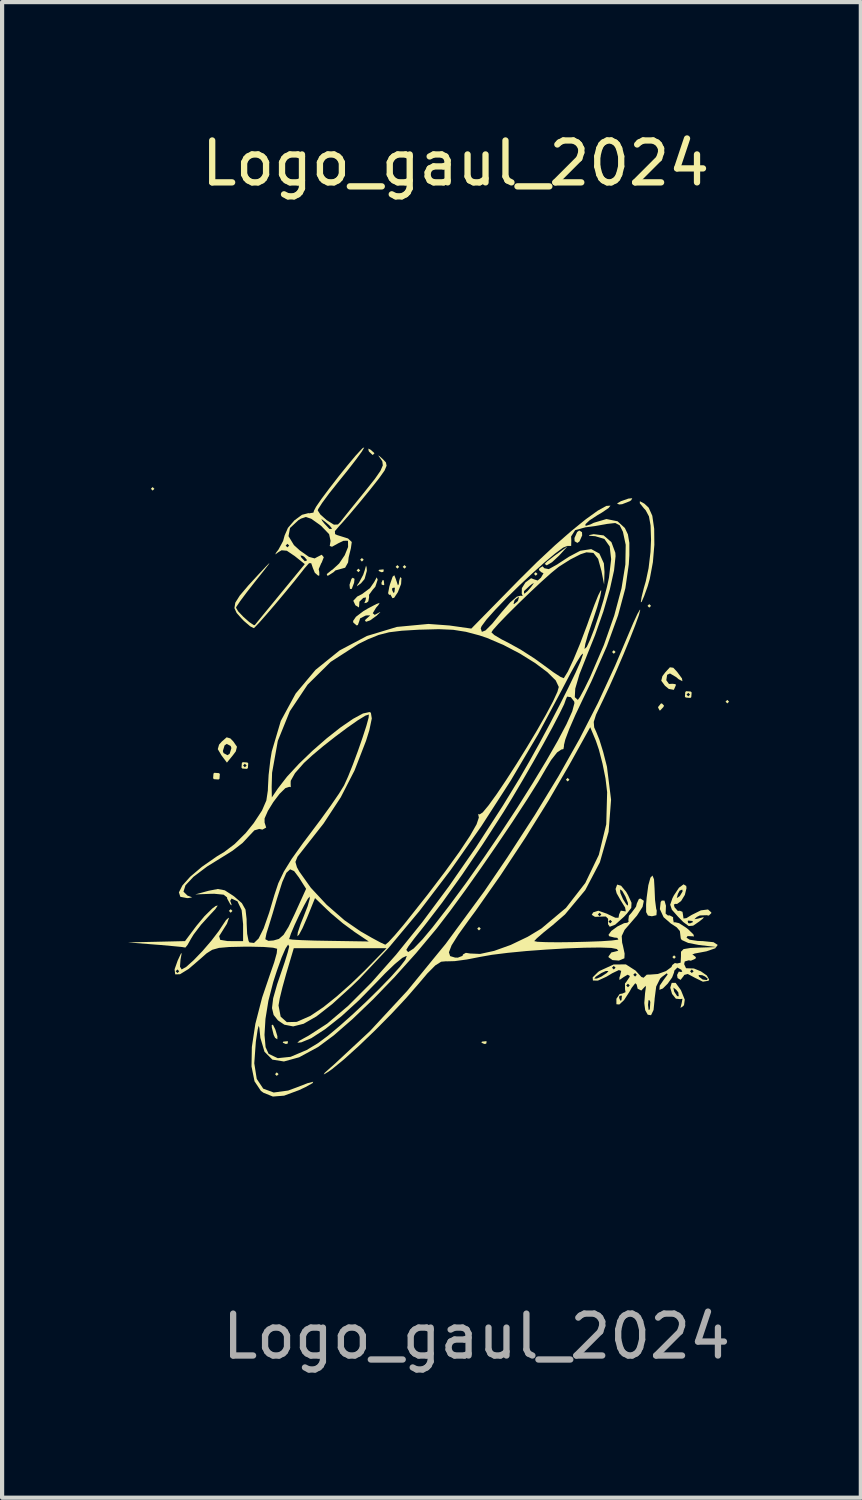
<source format=kicad_pcb>
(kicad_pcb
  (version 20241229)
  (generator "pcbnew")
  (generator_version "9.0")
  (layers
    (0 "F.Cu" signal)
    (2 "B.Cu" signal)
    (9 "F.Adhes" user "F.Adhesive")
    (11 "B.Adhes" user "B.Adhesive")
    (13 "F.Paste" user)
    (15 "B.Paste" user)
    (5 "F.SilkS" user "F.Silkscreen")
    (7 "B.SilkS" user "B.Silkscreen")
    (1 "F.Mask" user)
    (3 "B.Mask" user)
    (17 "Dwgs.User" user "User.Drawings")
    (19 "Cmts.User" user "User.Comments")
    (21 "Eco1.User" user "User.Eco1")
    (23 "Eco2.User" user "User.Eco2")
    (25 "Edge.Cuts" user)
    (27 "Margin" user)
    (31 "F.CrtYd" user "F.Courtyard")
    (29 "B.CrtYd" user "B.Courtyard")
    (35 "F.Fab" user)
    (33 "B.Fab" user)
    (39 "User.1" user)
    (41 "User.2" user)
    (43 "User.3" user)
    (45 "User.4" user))
  (footprint "Logo_gaul_2024"
    (layer "F.Cu")
    (at 7.824 15.348)
    (property "Reference" "Logo_gaul_2024" (at 0 -14.5 0) (unlocked yes) (layer "F.SilkS") (effects (font (size 1 1) (thickness 0.15))))
    (fp_poly (pts (xy 6.231 4.207) (xy 6.219 4.207) (xy 6.22 4.205)) (stroke (width 0) (type solid)) (fill yes) (layer "F.SilkS"))
    (fp_poly (pts (xy -7.189 -6.731) (xy -7.231 -6.689) (xy -7.273 -6.731) (xy -7.231 -6.773)) (stroke (width 0) (type solid)) (fill yes) (layer "F.SilkS"))
    (fp_poly (pts (xy -5.326 3.344) (xy -5.368 3.387) (xy -5.411 3.344) (xy -5.368 3.302)) (stroke (width 0) (type solid)) (fill yes) (layer "F.SilkS"))
    (fp_poly (pts (xy -4.225 7.239) (xy -4.268 7.281) (xy -4.31 7.239) (xy -4.268 7.197)) (stroke (width 0) (type solid)) (fill yes) (layer "F.SilkS"))
    (fp_poly (pts (xy -2.278 -4.784) (xy -2.32 -4.741) (xy -2.363 -4.784) (xy -2.32 -4.826)) (stroke (width 0) (type solid)) (fill yes) (layer "F.SilkS"))
    (fp_poly (pts (xy -2.193 -5.038) (xy -2.236 -4.995) (xy -2.278 -5.038) (xy -2.236 -5.08)) (stroke (width 0) (type solid)) (fill yes) (layer "F.SilkS"))
    (fp_poly (pts (xy -1.347 -4.868) (xy -1.389 -4.826) (xy -1.431 -4.868) (xy -1.389 -4.911)) (stroke (width 0) (type solid)) (fill yes) (layer "F.SilkS"))
    (fp_poly (pts (xy -1.177 -4.868) (xy -1.22 -4.826) (xy -1.262 -4.868) (xy -1.22 -4.911)) (stroke (width 0) (type solid)) (fill yes) (layer "F.SilkS"))
    (fp_poly (pts (xy 0.601 3.768) (xy 0.558 3.81) (xy 0.516 3.768) (xy 0.558 3.725)) (stroke (width 0) (type solid)) (fill yes) (layer "F.SilkS"))
    (fp_poly (pts (xy 1.955 -4.699) (xy 1.913 -4.657) (xy 1.871 -4.699) (xy 1.913 -4.741)) (stroke (width 0) (type solid)) (fill yes) (layer "F.SilkS"))
    (fp_poly (pts (xy 2.717 0.212) (xy 2.675 0.254) (xy 2.633 0.212) (xy 2.675 0.169)) (stroke (width 0) (type solid)) (fill yes) (layer "F.SilkS"))
    (fp_poly (pts (xy 3.818 -2.836) (xy 3.776 -2.794) (xy 3.733 -2.836) (xy 3.776 -2.879)) (stroke (width 0) (type solid)) (fill yes) (layer "F.SilkS"))
    (fp_poly (pts (xy 4.665 -3.937) (xy 4.622 -3.895) (xy 4.58 -3.937) (xy 4.622 -3.979)) (stroke (width 0) (type solid)) (fill yes) (layer "F.SilkS"))
    (fp_poly (pts (xy 5.257 4.445) (xy 5.215 4.487) (xy 5.173 4.445) (xy 5.215 4.403)) (stroke (width 0) (type solid)) (fill yes) (layer "F.SilkS"))
    (fp_poly (pts (xy 6.527 -1.651) (xy 6.485 -1.609) (xy 6.443 -1.651) (xy 6.485 -1.693)) (stroke (width 0) (type solid)) (fill yes) (layer "F.SilkS"))
    (fp_poly (pts (xy -4 6.463) (xy -4.011 6.513) (xy -4.056 6.519) (xy -4.126 6.488) (xy -4.112 6.463) (xy -4.012 6.453)) (stroke (width 0) (type solid)) (fill yes) (layer "F.SilkS"))
    (fp_poly (pts (xy -1.714 -4.798) (xy -1.725 -4.747) (xy -1.77 -4.741) (xy -1.84 -4.772) (xy -1.826 -4.798) (xy -1.726 -4.808)) (stroke (width 0) (type solid)) (fill yes) (layer "F.SilkS"))
    (fp_poly (pts (xy -1.714 -4.544) (xy -1.703 -4.443) (xy -1.714 -4.431) (xy -1.764 -4.443) (xy -1.77 -4.487) (xy -1.739 -4.557)) (stroke (width 0) (type solid)) (fill yes) (layer "F.SilkS"))
    (fp_poly (pts (xy 0.742 6.463) (xy 0.73 6.513) (xy 0.685 6.519) (xy 0.616 6.488) (xy 0.629 6.463) (xy 0.729 6.453)) (stroke (width 0) (type solid)) (fill yes) (layer "F.SilkS"))
    (fp_poly (pts (xy -2.412 -4.582) (xy -2.423 -4.487) (xy -2.479 -4.341) (xy -2.521 -4.343) (xy -2.532 -4.44) (xy -2.486 -4.581) (xy -2.455 -4.609)) (stroke (width 0) (type solid)) (fill yes) (layer "F.SilkS"))
    (fp_poly (pts (xy -2.037 -7.67) (xy -1.947 -7.592) (xy -1.939 -7.573) (xy -1.98 -7.538) (xy -2.063 -7.616) (xy -2.074 -7.633) (xy -2.084 -7.691)) (stroke (width 0) (type solid)) (fill yes) (layer "F.SilkS"))
    (fp_poly (pts (xy -5.646 0.055) (xy -5.627 0.077) (xy -5.635 0.188) (xy -5.657 0.207) (xy -5.768 0.199) (xy -5.787 0.177) (xy -5.779 0.066) (xy -5.757 0.047)) (stroke (width 0) (type solid)) (fill yes) (layer "F.SilkS"))
    (fp_poly (pts (xy -4.303 6.172) (xy -4.253 6.335) (xy -4.255 6.408) (xy -4.308 6.373) (xy -4.342 6.304) (xy -4.386 6.128) (xy -4.389 6.068) (xy -4.36 6.059)) (stroke (width 0) (type solid)) (fill yes) (layer "F.SilkS"))
    (fp_poly (pts (xy 3.017 -5.696) (xy 3.021 -5.619) (xy 2.957 -5.476) (xy 2.907 -5.44) (xy 2.841 -5.48) (xy 2.837 -5.557) (xy 2.901 -5.7) (xy 2.951 -5.736)) (stroke (width 0) (type solid)) (fill yes) (layer "F.SilkS"))
    (fp_poly (pts (xy 4.191 -6.459) (xy 4.157 -6.435) (xy 3.976 -6.364) (xy 3.903 -6.357) (xy 3.852 -6.381) (xy 3.945 -6.435) (xy 4.125 -6.498) (xy 4.217 -6.506)) (stroke (width 0) (type solid)) (fill yes) (layer "F.SilkS"))
    (fp_poly (pts (xy 4.974 -1.557) (xy 4.961 -1.524) (xy 4.885 -1.443) (xy 4.871 -1.439) (xy 4.835 -1.505) (xy 4.834 -1.524) (xy 4.899 -1.605) (xy 4.924 -1.609)) (stroke (width 0) (type solid)) (fill yes) (layer "F.SilkS"))
    (fp_poly (pts (xy 2.47 -5.136) (xy 2.302 -4.979) (xy 2.175 -4.905) (xy 2.125 -4.937) (xy 2.125 -4.937) (xy 2.186 -4.998) (xy 2.34 -5.118) (xy 2.4 -5.162) (xy 2.675 -5.361)) (stroke (width 0) (type solid)) (fill yes) (layer "F.SilkS"))
    (fp_poly (pts (xy -2.123 -4.851) (xy -2.118 -4.773) (xy -2.173 -4.577) (xy -2.257 -4.477) (xy -2.357 -4.404) (xy -2.341 -4.443) (xy -2.308 -4.487) (xy -2.205 -4.68) (xy -2.17 -4.784) (xy -2.137 -4.899)) (stroke (width 0) (type solid)) (fill yes) (layer "F.SilkS"))
    (fp_poly (pts (xy 4.736 2.589) (xy 4.749 2.812) (xy 4.76 3.079) (xy 4.787 3.288) (xy 4.801 3.337) (xy 4.794 3.446) (xy 4.686 3.471) (xy 4.591 3.454) (xy 4.548 3.373) (xy 4.547 3.188) (xy 4.56 3.027) (xy 4.6 2.731) (xy 4.65 2.551) (xy 4.699 2.499)) (stroke (width 0) (type solid)) (fill yes) (layer "F.SilkS"))
    (fp_poly (pts (xy -4.969 -0.199) (xy -4.949 -0.177) (xy -4.958 -0.066) (xy -4.98 -0.047) (xy -5.091 -0.055) (xy -5.11 -0.077) (xy -5.106 -0.127) (xy -5.072 -0.127) (xy -5.03 -0.085) (xy -4.987 -0.127) (xy -5.03 -0.169) (xy -5.072 -0.127) (xy -5.106 -0.127) (xy -5.101 -0.188) (xy -5.079 -0.207)) (stroke (width 0) (type solid)) (fill yes) (layer "F.SilkS"))
    (fp_poly (pts (xy 5.615 -1.892) (xy 5.634 -1.87) (xy 5.625 -1.759) (xy 5.603 -1.74) (xy 5.493 -1.749) (xy 5.473 -1.771) (xy 5.477 -1.82) (xy 5.511 -1.82) (xy 5.554 -1.778) (xy 5.596 -1.82) (xy 5.554 -1.863) (xy 5.511 -1.82) (xy 5.477 -1.82) (xy 5.482 -1.881) (xy 5.504 -1.901)) (stroke (width 0) (type solid)) (fill yes) (layer "F.SilkS"))
    (fp_poly (pts (xy -5.735 3.302) (xy -5.863 3.439) (xy -6.075 3.673) (xy -6.25 3.902) (xy -6.31 4) (xy -6.399 4.157) (xy -6.449 4.218) (xy -6.45 4.218) (xy -6.537 4.204) (xy -6.752 4.183) (xy -7.052 4.156) (xy -7.146 4.149) (xy -7.824 4.095) (xy -7.141 4.08) (xy -6.458 4.064) (xy -6.188 3.703) (xy -5.995 3.471) (xy -5.807 3.286) (xy -5.727 3.226) (xy -5.677 3.215)) (stroke (width 0) (type solid)) (fill yes) (layer "F.SilkS"))
    (fp_poly (pts (xy 5.195 -2.461) (xy 5.287 -2.363) (xy 5.403 -2.205) (xy 5.414 -2.139) (xy 5.324 -2.186) (xy 5.266 -2.236) (xy 5.117 -2.324) (xy 5.049 -2.292) (xy 5.029 -2.163) (xy 5.093 -2.073) (xy 5.179 -2.078) (xy 5.252 -2.068) (xy 5.257 -2.042) (xy 5.209 -1.933) (xy 5.088 -1.955) (xy 4.996 -2.032) (xy 4.909 -2.151) (xy 4.936 -2.26) (xy 5.004 -2.35) (xy 5.115 -2.471)) (stroke (width 0) (type solid)) (fill yes) (layer "F.SilkS"))
    (fp_poly (pts (xy -5.375 -0.773) (xy -5.304 -0.699) (xy -5.218 -0.575) (xy -5.246 -0.464) (xy -5.314 -0.373) (xy -5.458 -0.196) (xy -5.591 -0.373) (xy -5.649 -0.472) (xy -5.555 -0.472) (xy -5.538 -0.423) (xy -5.444 -0.373) (xy -5.392 -0.409) (xy -5.351 -0.544) (xy -5.368 -0.593) (xy -5.462 -0.643) (xy -5.514 -0.607) (xy -5.555 -0.472) (xy -5.649 -0.472) (xy -5.676 -0.518) (xy -5.645 -0.626) (xy -5.58 -0.699) (xy -5.464 -0.8)) (stroke (width 0) (type solid)) (fill yes) (layer "F.SilkS"))
    (fp_poly (pts (xy -1.86 -4.563) (xy -1.86 -4.561) (xy -1.916 -4.394) (xy -1.981 -4.319) (xy -2.066 -4.202) (xy -2.064 -4.145) (xy -2.083 -4.046) (xy -2.12 -4.014) (xy -2.179 -4.002) (xy -2.152 -4.062) (xy -2.137 -4.138) (xy -2.203 -4.128) (xy -2.296 -4.037) (xy -2.299 -3.99) (xy -2.306 -3.899) (xy -2.391 -3.951) (xy -2.442 -4.059) (xy -2.348 -4.16) (xy -2.233 -4.219) (xy -2.043 -4.361) (xy -1.942 -4.508) (xy -1.883 -4.618)) (stroke (width 0) (type solid)) (fill yes) (layer "F.SilkS"))
    (fp_poly (pts (xy 4.504 -6.378) (xy 4.609 -6.28) (xy 4.695 -6.088) (xy 4.74 -5.777) (xy 4.744 -5.392) (xy 4.709 -4.979) (xy 4.635 -4.582) (xy 4.584 -4.403) (xy 4.5 -4.17) (xy 4.441 -4.034) (xy 4.42 -4.022) (xy 4.439 -4.146) (xy 4.495 -4.371) (xy 4.539 -4.522) (xy 4.606 -4.836) (xy 4.652 -5.223) (xy 4.665 -5.517) (xy 4.654 -5.855) (xy 4.615 -6.073) (xy 4.537 -6.219) (xy 4.495 -6.265) (xy 4.397 -6.385) (xy 4.398 -6.435) (xy 4.398 -6.435)) (stroke (width 0) (type solid)) (fill yes) (layer "F.SilkS"))
    (fp_poly (pts (xy -1.842 -3.957) (xy -1.897 -3.895) (xy -1.977 -3.762) (xy -1.931 -3.722) (xy -1.806 -3.789) (xy -1.796 -3.789) (xy -1.883 -3.704) (xy -2.04 -3.591) (xy -2.139 -3.557) (xy -2.165 -3.595) (xy -2.109 -3.647) (xy -2.038 -3.709) (xy -2.117 -3.71) (xy -2.151 -3.704) (xy -2.279 -3.638) (xy -2.299 -3.572) (xy -2.333 -3.479) (xy -2.363 -3.471) (xy -2.441 -3.538) (xy -2.447 -3.577) (xy -2.378 -3.677) (xy -2.204 -3.809) (xy -2.095 -3.874) (xy -1.89 -3.982) (xy -1.813 -4.009)) (stroke (width 0) (type solid)) (fill yes) (layer "F.SilkS"))
    (fp_poly (pts (xy 5.372 5.226) (xy 5.384 5.249) (xy 5.47 5.462) (xy 5.452 5.591) (xy 5.429 5.619) (xy 5.367 5.659) (xy 5.391 5.561) (xy 5.394 5.553) (xy 5.415 5.44) (xy 5.361 5.449) (xy 5.257 5.438) (xy 5.166 5.324) (xy 5.123 5.175) (xy 5.124 5.173) (xy 5.197 5.173) (xy 5.214 5.258) (xy 5.22 5.274) (xy 5.288 5.378) (xy 5.326 5.379) (xy 5.316 5.289) (xy 5.268 5.227) (xy 5.197 5.173) (xy 5.124 5.173) (xy 5.158 5.061) (xy 5.252 5.061)) (stroke (width 0) (type solid)) (fill yes) (layer "F.SilkS"))
    (fp_poly (pts (xy -1.424 -4.572) (xy -1.419 -4.554) (xy -1.376 -4.426) (xy -1.356 -4.457) (xy -1.348 -4.53) (xy -1.321 -4.624) (xy -1.292 -4.598) (xy -1.301 -4.459) (xy -1.378 -4.264) (xy -1.38 -4.26) (xy -1.467 -4.13) (xy -1.511 -4.121) (xy -1.513 -4.132) (xy -1.556 -4.207) (xy -1.587 -4.199) (xy -1.611 -4.24) (xy -1.596 -4.318) (xy -1.516 -4.318) (xy -1.485 -4.248) (xy -1.46 -4.262) (xy -1.449 -4.362) (xy -1.46 -4.374) (xy -1.51 -4.363) (xy -1.516 -4.318) (xy -1.596 -4.318) (xy -1.582 -4.395) (xy -1.566 -4.451) (xy -1.503 -4.634) (xy -1.463 -4.669)) (stroke (width 0) (type solid)) (fill yes) (layer "F.SilkS"))
    (fp_poly (pts (xy 4.986 3.098) (xy 5.021 3.22) (xy 5.013 3.408) (xy 5.068 3.453) (xy 5.109 3.45) (xy 5.191 3.493) (xy 5.192 3.541) (xy 5.207 3.619) (xy 5.234 3.613) (xy 5.334 3.636) (xy 5.502 3.744) (xy 5.554 3.785) (xy 5.677 3.905) (xy 5.69 3.955) (xy 5.66 3.949) (xy 5.537 3.944) (xy 5.511 3.982) (xy 5.587 4.031) (xy 5.779 4.06) (xy 5.899 4.064) (xy 6.156 4.09) (xy 6.256 4.155) (xy 6.22 4.205) (xy 5.808 4.157) (xy 5.55 4.107) (xy 5.397 4.037) (xy 5.374 4) (xy 5.356 3.847) (xy 5.353 3.824) (xy 5.278 3.736) (xy 5.137 3.644) (xy 4.964 3.493) (xy 4.876 3.301) (xy 4.895 3.13) (xy 4.921 3.096)) (stroke (width 0) (type solid)) (fill yes) (layer "F.SilkS"))
    (fp_poly (pts (xy 3.949 2.742) (xy 4.071 2.888) (xy 4.119 2.973) (xy 4.199 3.149) (xy 4.193 3.271) (xy 4.086 3.411) (xy 4.021 3.481) (xy 3.809 3.672) (xy 3.68 3.722) (xy 3.639 3.662) (xy 3.639 3.598) (xy 3.649 3.598) (xy 3.691 3.641) (xy 3.733 3.598) (xy 3.691 3.556) (xy 3.649 3.598) (xy 3.639 3.598) (xy 3.64 3.531) (xy 3.586 3.477) (xy 3.544 3.477) (xy 3.327 3.485) (xy 3.25 3.439) (xy 3.255 3.429) (xy 3.395 3.429) (xy 3.437 3.471) (xy 3.479 3.429) (xy 3.437 3.387) (xy 3.395 3.429) (xy 3.255 3.429) (xy 3.283 3.379) (xy 3.407 3.339) (xy 3.614 3.411) (xy 3.639 3.424) (xy 3.815 3.507) (xy 3.888 3.507) (xy 3.903 3.426) (xy 3.943 3.337) (xy 3.987 3.344) (xy 4.062 3.356) (xy 4.046 3.263) (xy 3.945 3.099) (xy 3.942 3.095) (xy 3.844 2.923) (xy 3.82 2.829) (xy 3.924 2.829) (xy 3.933 2.918) (xy 3.997 3.065) (xy 4.075 3.188) (xy 4.115 3.217) (xy 4.113 3.152) (xy 4.056 3.005) (xy 3.976 2.863) (xy 3.924 2.829) (xy 3.82 2.829) (xy 3.818 2.82) (xy 3.856 2.715)) (stroke (width 0) (type solid)) (fill yes) (layer "F.SilkS"))
    (fp_poly (pts (xy 5.505 2.748) (xy 5.511 2.8) (xy 5.472 2.961) (xy 5.382 3.108) (xy 5.284 3.179) (xy 5.254 3.173) (xy 5.21 3.191) (xy 5.225 3.255) (xy 5.304 3.344) (xy 5.351 3.339) (xy 5.415 3.365) (xy 5.427 3.434) (xy 5.44 3.525) (xy 5.511 3.515) (xy 5.635 3.439) (xy 5.855 3.33) (xy 6.025 3.309) (xy 6.103 3.38) (xy 6.104 3.396) (xy 6.044 3.455) (xy 5.99 3.446) (xy 5.829 3.452) (xy 5.758 3.487) (xy 5.699 3.542) (xy 5.788 3.527) (xy 5.808 3.521) (xy 5.925 3.491) (xy 5.905 3.525) (xy 5.813 3.598) (xy 5.67 3.696) (xy 5.563 3.704) (xy 5.434 3.609) (xy 5.41 3.584) (xy 5.54 3.584) (xy 5.551 3.635) (xy 5.596 3.641) (xy 5.666 3.61) (xy 5.652 3.584) (xy 5.552 3.574) (xy 5.54 3.584) (xy 5.41 3.584) (xy 5.309 3.481) (xy 5.162 3.315) (xy 5.122 3.195) (xy 5.173 3.047) (xy 5.177 3.037) (xy 5.279 3.037) (xy 5.341 2.997) (xy 5.353 2.986) (xy 5.419 2.875) (xy 5.41 2.834) (xy 5.347 2.86) (xy 5.305 2.939) (xy 5.279 3.037) (xy 5.177 3.037) (xy 5.21 2.973) (xy 5.332 2.79) (xy 5.441 2.709)) (stroke (width 0) (type solid)) (fill yes) (layer "F.SilkS"))
    (fp_poly (pts (xy 4.407 -3.841) (xy 4.376 -3.719) (xy 4.289 -3.478) (xy 4.161 -3.152) (xy 4.006 -2.776) (xy 3.837 -2.383) (xy 3.67 -2.009) (xy 3.519 -1.689) (xy 3.481 -1.611) (xy 3.352 -1.341) (xy 3.297 -1.167) (xy 3.308 -1.037) (xy 3.357 -0.929) (xy 3.432 -0.743) (xy 3.522 -0.453) (xy 3.608 -0.117) (xy 3.613 -0.096) (xy 3.711 0.689) (xy 3.652 1.456) (xy 3.444 2.182) (xy 3.095 2.847) (xy 2.611 3.428) (xy 2.321 3.68) (xy 2.097 3.86) (xy 1.937 3.999) (xy 1.877 4.064) (xy 1.952 4.08) (xy 2.156 4.089) (xy 2.45 4.092) (xy 2.793 4.088) (xy 3.147 4.079) (xy 3.47 4.067) (xy 3.724 4.05) (xy 3.869 4.031) (xy 3.886 4.024) (xy 3.858 3.986) (xy 3.79 3.979) (xy 3.668 3.948) (xy 3.649 3.915) (xy 3.715 3.823) (xy 3.864 3.714) (xy 4.022 3.636) (xy 4.099 3.625) (xy 4.134 3.593) (xy 4.122 3.568) (xy 4.137 3.458) (xy 4.2 3.386) (xy 4.307 3.242) (xy 4.326 3.165) (xy 4.375 3.059) (xy 4.411 3.048) (xy 4.493 3.102) (xy 4.463 3.246) (xy 4.329 3.455) (xy 4.206 3.597) (xy 4.034 3.796) (xy 3.965 3.943) (xy 3.975 4.101) (xy 3.993 4.169) (xy 4.034 4.362) (xy 4.029 4.473) (xy 4.026 4.476) (xy 3.898 4.529) (xy 3.745 4.517) (xy 3.652 4.451) (xy 3.649 4.431) (xy 3.718 4.335) (xy 3.797 4.317) (xy 3.884 4.294) (xy 3.848 4.253) (xy 3.715 4.227) (xy 3.447 4.217) (xy 3.077 4.222) (xy 2.639 4.238) (xy 2.166 4.266) (xy 1.691 4.301) (xy 1.247 4.344) (xy 0.869 4.391) (xy 0.601 4.438) (xy 0.268 4.503) (xy -0.022 4.542) (xy -0.211 4.547) (xy -0.225 4.545) (xy -0.344 4.556) (xy -0.484 4.644) (xy -0.671 4.832) (xy -0.881 5.08) (xy -1.177 5.421) (xy -1.535 5.804) (xy -1.923 6.196) (xy -2.31 6.567) (xy -2.663 6.886) (xy -2.95 7.121) (xy -3.04 7.184) (xy -3.148 7.248) (xy -3.125 7.209) (xy -2.972 7.071) (xy -2.913 7.02) (xy -2.045 6.213) (xy -1.151 5.247) (xy -0.402 4.331) (xy -0.159 4.331) (xy -0.13 4.422) (xy -0.014 4.457) (xy 0.054 4.459) (xy 0.164 4.417) (xy 0.177 4.383) (xy 0.244 4.344) (xy 0.347 4.36) (xy 0.586 4.37) (xy 0.921 4.297) (xy 1.314 4.156) (xy 1.721 3.961) (xy 2.046 3.765) (xy 2.635 3.27) (xy 3.096 2.676) (xy 3.419 2.004) (xy 3.596 1.275) (xy 3.617 0.51) (xy 3.578 0.183) (xy 3.507 -0.17) (xy 3.42 -0.506) (xy 3.348 -0.718) (xy 3.213 -1.041) (xy 2.706 -0.128) (xy 2.223 0.703) (xy 1.665 1.598) (xy 1.071 2.497) (xy 0.479 3.34) (xy 0.331 3.54) (xy 0.066 3.909) (xy -0.096 4.166) (xy -0.159 4.331) (xy -0.402 4.331) (xy -0.238 4.131) (xy 0.687 2.872) (xy 1.23 2.074) (xy 1.891 1.054) (xy 2.459 0.123) (xy 2.955 -0.757) (xy 3.398 -1.622) (xy 3.808 -2.511) (xy 4.124 -3.256) (xy 4.248 -3.547) (xy 4.344 -3.753) (xy 4.399 -3.846)) (stroke (width 0) (type solid)) (fill yes) (layer "F.SilkS"))
    (fp_poly (pts (xy 6.199 4.235) (xy 5.988 4.308) (xy 5.886 4.327) (xy 5.706 4.361) (xy 5.647 4.386) (xy 5.664 4.391) (xy 5.736 4.447) (xy 5.725 4.484) (xy 5.615 4.532) (xy 5.565 4.522) (xy 5.47 4.55) (xy 5.455 4.613) (xy 5.5 4.711) (xy 5.547 4.713) (xy 5.687 4.717) (xy 5.855 4.786) (xy 5.995 4.884) (xy 6.052 4.98) (xy 6.038 5.01) (xy 5.903 5.033) (xy 5.717 4.942) (xy 5.586 4.872) (xy 5.801 4.872) (xy 5.808 4.912) (xy 5.899 4.982) (xy 5.996 4.994) (xy 6.019 4.962) (xy 5.953 4.908) (xy 5.888 4.878) (xy 5.801 4.872) (xy 5.586 4.872) (xy 5.541 4.849) (xy 5.456 4.872) (xy 5.447 4.891) (xy 5.37 4.99) (xy 5.298 4.946) (xy 5.286 4.872) (xy 5.328 4.791) (xy 5.369 4.8) (xy 5.411 4.796) (xy 5.405 4.784) (xy 5.596 4.784) (xy 5.638 4.826) (xy 5.681 4.784) (xy 5.638 4.741) (xy 5.596 4.784) (xy 5.405 4.784) (xy 5.389 4.749) (xy 5.293 4.695) (xy 5.22 4.77) (xy 5.214 4.812) (xy 5.168 4.932) (xy 5.063 5.079) (xy 4.947 5.195) (xy 4.867 5.226) (xy 4.865 5.224) (xy 4.872 5.127) (xy 4.961 4.996) (xy 5.061 4.861) (xy 5.042 4.832) (xy 4.925 4.918) (xy 4.882 4.959) (xy 4.788 5.148) (xy 4.75 5.442) (xy 4.749 5.467) (xy 4.725 5.708) (xy 4.665 5.833) (xy 4.586 5.821) (xy 4.525 5.712) (xy 4.509 5.588) (xy 4.593 5.588) (xy 4.607 5.708) (xy 4.636 5.694) (xy 4.647 5.52) (xy 4.636 5.482) (xy 4.605 5.472) (xy 4.593 5.588) (xy 4.509 5.588) (xy 4.504 5.541) (xy 4.522 5.31) (xy 4.542 5.157) (xy 4.531 5.131) (xy 4.525 5.144) (xy 4.433 5.244) (xy 4.345 5.2) (xy 4.322 5.101) (xy 4.289 5.069) (xy 4.203 5.178) (xy 4.151 5.271) (xy 4.021 5.472) (xy 3.908 5.577) (xy 3.838 5.571) (xy 3.838 5.44) (xy 3.853 5.419) (xy 3.903 5.419) (xy 3.934 5.488) (xy 3.959 5.475) (xy 3.969 5.375) (xy 3.959 5.362) (xy 3.909 5.374) (xy 3.903 5.419) (xy 3.853 5.419) (xy 3.916 5.327) (xy 3.982 5.316) (xy 4.056 5.283) (xy 4.044 5.213) (xy 4.043 5.122) (xy 4.072 5.122) (xy 4.114 5.165) (xy 4.157 5.122) (xy 4.114 5.08) (xy 4.072 5.122) (xy 4.043 5.122) (xy 4.043 5.075) (xy 4.076 5.035) (xy 4.154 4.918) (xy 4.157 4.895) (xy 4.11 4.868) (xy 4.241 4.868) (xy 4.284 4.911) (xy 4.326 4.868) (xy 4.284 4.826) (xy 4.241 4.868) (xy 4.11 4.868) (xy 4.106 4.866) (xy 4.014 4.921) (xy 3.912 4.992) (xy 3.909 4.939) (xy 3.926 4.889) (xy 3.953 4.775) (xy 3.897 4.755) (xy 3.737 4.832) (xy 3.602 4.913) (xy 3.397 5.007) (xy 3.278 5.005) (xy 3.274 4.959) (xy 3.31 4.959) (xy 3.372 4.958) (xy 3.479 4.911) (xy 3.612 4.823) (xy 3.649 4.778) (xy 3.586 4.778) (xy 3.479 4.826) (xy 3.346 4.913) (xy 3.31 4.959) (xy 3.274 4.959) (xy 3.272 4.929) (xy 3.403 4.799) (xy 3.437 4.776) (xy 3.604 4.699) (xy 3.733 4.699) (xy 3.776 4.741) (xy 3.818 4.699) (xy 3.776 4.657) (xy 3.733 4.699) (xy 3.604 4.699) (xy 3.772 4.622) (xy 4.065 4.62) (xy 4.299 4.77) (xy 4.322 4.797) (xy 4.436 4.921) (xy 4.494 4.939) (xy 4.495 4.93) (xy 4.563 4.865) (xy 4.644 4.863) (xy 4.828 4.849) (xy 5.022 4.779) (xy 5.152 4.683) (xy 5.173 4.634) (xy 5.234 4.587) (xy 5.287 4.598) (xy 5.371 4.579) (xy 5.379 4.438) (xy 5.38 4.317) (xy 5.441 4.255) (xy 5.605 4.228) (xy 5.794 4.22) (xy 6.219 4.207)) (stroke (width 0) (type solid)) (fill yes) (layer "F.SilkS"))
    (fp_poly (pts (xy -2.238 -7.62) (xy -2.374 -7.433) (xy -2.573 -7.176) (xy -2.801 -6.893) (xy -3.018 -6.621) (xy -3.185 -6.395) (xy -3.279 -6.248) (xy -3.291 -6.216) (xy -3.227 -6.117) (xy -3.076 -5.983) (xy -3.067 -5.977) (xy -2.904 -5.875) (xy -2.808 -5.88) (xy -2.752 -5.938) (xy -2.659 -6.056) (xy -2.489 -6.268) (xy -2.271 -6.537) (xy -2.162 -6.672) (xy -1.929 -6.965) (xy -1.793 -7.161) (xy -1.737 -7.291) (xy -1.748 -7.383) (xy -1.777 -7.43) (xy -1.847 -7.528) (xy -1.814 -7.509) (xy -1.731 -7.434) (xy -1.663 -7.361) (xy -1.647 -7.282) (xy -1.695 -7.168) (xy -1.823 -6.987) (xy -2.042 -6.709) (xy -2.072 -6.672) (xy -2.316 -6.375) (xy -2.542 -6.107) (xy -2.714 -5.911) (xy -2.762 -5.86) (xy -2.881 -5.721) (xy -2.876 -5.65) (xy -2.827 -5.627) (xy -2.629 -5.565) (xy -2.568 -5.546) (xy -2.478 -5.462) (xy -2.499 -5.313) (xy -2.552 -5.096) (xy -2.566 -4.974) (xy -2.636 -4.848) (xy -2.714 -4.826) (xy -2.869 -4.783) (xy -2.913 -4.741) (xy -3.036 -4.662) (xy -3.066 -4.659) (xy -3.074 -4.697) (xy -2.962 -4.788) (xy -2.936 -4.804) (xy -2.779 -4.949) (xy -2.646 -5.147) (xy -2.566 -5.343) (xy -2.568 -5.48) (xy -2.578 -5.493) (xy -2.676 -5.49) (xy -2.789 -5.437) (xy -2.95 -5.348) (xy -3.004 -5.367) (xy -2.984 -5.489) (xy -3.019 -5.649) (xy -3.207 -5.844) (xy -3.249 -5.877) (xy -3.438 -6.011) (xy -3.204 -6.011) (xy -3.183 -5.967) (xy -3.135 -5.905) (xy -3.012 -5.774) (xy -2.957 -5.774) (xy -2.955 -5.789) (xy -3.013 -5.86) (xy -3.103 -5.937) (xy -3.204 -6.011) (xy -3.438 -6.011) (xy -3.446 -6.016) (xy -3.573 -6.059) (xy -3.692 -6.019) (xy -3.752 -5.982) (xy -3.952 -5.796) (xy -3.988 -5.601) (xy -3.858 -5.387) (xy -3.719 -5.261) (xy -3.501 -5.107) (xy -3.364 -5.07) (xy -3.307 -5.101) (xy -3.195 -5.158) (xy -3.146 -5.098) (xy -3.196 -4.969) (xy -3.205 -4.959) (xy -3.267 -4.814) (xy -3.254 -4.745) (xy -3.252 -4.664) (xy -3.279 -4.657) (xy -3.36 -4.728) (xy -3.407 -4.842) (xy -3.446 -4.955) (xy -3.499 -4.955) (xy -3.606 -4.833) (xy -3.648 -4.779) (xy -3.839 -4.538) (xy -4.066 -4.261) (xy -4.303 -3.978) (xy -4.522 -3.723) (xy -4.697 -3.525) (xy -4.801 -3.417) (xy -4.815 -3.406) (xy -4.901 -3.448) (xy -5.052 -3.577) (xy -5.109 -3.636) (xy -5.226 -3.768) (xy -5.279 -3.884) (xy -5.258 -4.013) (xy -5.152 -4.182) (xy -4.95 -4.421) (xy -4.694 -4.699) (xy -4.52 -4.884) (xy -4.442 -4.962) (xy -4.462 -4.926) (xy -4.583 -4.77) (xy -4.771 -4.534) (xy -4.98 -4.267) (xy -5.142 -4.05) (xy -5.231 -3.917) (xy -5.241 -3.893) (xy -5.189 -3.806) (xy -5.066 -3.676) (xy -4.925 -3.551) (xy -4.818 -3.479) (xy -4.793 -3.478) (xy -4.732 -3.554) (xy -4.586 -3.733) (xy -4.379 -3.985) (xy -4.183 -4.224) (xy -3.599 -4.934) (xy -3.845 -5.13) (xy -3.861 -5.14) (xy -3.704 -5.14) (xy -3.683 -5.093) (xy -3.598 -5.002) (xy -3.549 -5.021) (xy -3.548 -5.033) (xy -3.608 -5.104) (xy -3.646 -5.13) (xy -3.704 -5.14) (xy -3.861 -5.14) (xy -4.028 -5.253) (xy -4.153 -5.264) (xy -4.222 -5.224) (xy -4.306 -5.164) (xy -4.28 -5.213) (xy -4.229 -5.279) (xy -4.176 -5.376) (xy -4.056 -5.376) (xy -4.014 -5.334) (xy -3.971 -5.376) (xy -4.014 -5.419) (xy -4.056 -5.376) (xy -4.176 -5.376) (xy -4.117 -5.486) (xy -4.081 -5.617) (xy -4.002 -5.798) (xy -3.847 -5.978) (xy -3.666 -6.111) (xy -3.512 -6.151) (xy -3.495 -6.146) (xy -3.393 -6.163) (xy -3.379 -6.211) (xy -3.329 -6.305) (xy -3.197 -6.496) (xy -3.009 -6.747) (xy -2.793 -7.026) (xy -2.575 -7.297) (xy -2.382 -7.527) (xy -2.239 -7.682) (xy -2.215 -7.705) (xy -2.18 -7.718)) (stroke (width 0) (type solid)) (fill yes) (layer "F.SilkS"))
    (fp_poly (pts (xy 3.652 -6.273) (xy 3.497 -6.167) (xy 3.388 -6.103) (xy 3.198 -5.979) (xy 3.099 -5.886) (xy 3.102 -5.845) (xy 3.219 -5.881) (xy 3.297 -5.92) (xy 3.6 -6.01) (xy 3.866 -5.956) (xy 4.04 -5.796) (xy 4.113 -5.643) (xy 4.147 -5.442) (xy 4.147 -5.147) (xy 4.134 -4.929) (xy 4.052 -4.358) (xy 3.879 -3.713) (xy 3.612 -2.978) (xy 3.243 -2.137) (xy 3.041 -1.718) (xy 2.859 -1.334) (xy 2.714 -1.001) (xy 2.619 -0.749) (xy 2.585 -0.61) (xy 2.588 -0.596) (xy 2.574 -0.519) (xy 2.524 -0.508) (xy 2.422 -0.439) (xy 2.282 -0.26) (xy 2.172 -0.079) (xy 1.975 0.258) (xy 1.698 0.698) (xy 1.363 1.211) (xy 0.991 1.762) (xy 0.605 2.322) (xy 0.225 2.859) (xy -0.126 3.339) (xy -0.428 3.733) (xy -0.456 3.769) (xy -0.94 4.348) (xy -1.452 4.918) (xy -1.967 5.452) (xy -2.46 5.925) (xy -2.906 6.313) (xy -3.278 6.589) (xy -3.286 6.594) (xy -3.734 6.837) (xy -4.097 6.937) (xy -4.373 6.893) (xy -4.561 6.705) (xy -4.659 6.375) (xy -4.666 6.308) (xy -4.667 6.302) (xy -4.561 6.302) (xy -4.535 6.595) (xy -4.462 6.756) (xy -4.245 6.858) (xy -3.938 6.826) (xy -3.554 6.663) (xy -3.283 6.499) (xy -3.048 6.324) (xy -2.762 6.085) (xy -2.447 5.804) (xy -2.124 5.501) (xy -1.817 5.199) (xy -1.545 4.918) (xy -1.332 4.681) (xy -1.199 4.509) (xy -1.167 4.423) (xy -1.174 4.418) (xy -1.27 4.463) (xy -1.449 4.61) (xy -1.682 4.834) (xy -1.87 5.03) (xy -2.299 5.47) (xy -2.721 5.855) (xy -3.113 6.166) (xy -3.447 6.383) (xy -3.684 6.481) (xy -3.778 6.49) (xy -3.722 6.438) (xy -3.513 6.323) (xy -3.506 6.319) (xy -3.065 6.034) (xy -2.564 5.609) (xy -2.012 5.056) (xy -1.421 4.388) (xy -1.329 4.274) (xy -1.177 4.274) (xy -1.133 4.327) (xy -1.002 4.242) (xy -0.79 4.022) (xy -0.55 3.735) (xy -0.155 3.224) (xy 0.257 2.665) (xy 0.673 2.074) (xy 1.083 1.471) (xy 1.476 0.873) (xy 1.839 0.297) (xy 2.163 -0.237) (xy 2.436 -0.714) (xy 2.647 -1.114) (xy 2.784 -1.419) (xy 2.836 -1.613) (xy 2.831 -1.654) (xy 2.75 -1.758) (xy 2.662 -1.771) (xy 2.633 -1.708) (xy 2.592 -1.592) (xy 2.478 -1.358) (xy 2.308 -1.032) (xy 2.095 -0.642) (xy 1.854 -0.213) (xy 1.6 0.226) (xy 1.349 0.65) (xy 1.144 0.984) (xy 0.655 1.742) (xy 0.159 2.475) (xy -0.318 3.142) (xy -0.749 3.704) (xy -0.81 3.781) (xy -0.994 4.012) (xy -1.126 4.189) (xy -1.177 4.274) (xy -1.177 4.274) (xy -1.329 4.274) (xy -0.8 3.618) (xy -0.161 2.759) (xy 0.487 1.824) (xy 1.132 0.825) (xy 1.528 0.177) (xy 1.757 -0.219) (xy 2.001 -0.658) (xy 2.247 -1.116) (xy 2.481 -1.566) (xy 2.69 -1.983) (xy 2.862 -2.34) (xy 2.982 -2.612) (xy 3.038 -2.773) (xy 3.039 -2.8) (xy 2.994 -2.759) (xy 2.89 -2.592) (xy 2.742 -2.326) (xy 2.565 -1.987) (xy 2.555 -1.967) (xy 1.97 -0.872) (xy 1.315 0.235) (xy 0.613 1.324) (xy -0.12 2.37) (xy -0.862 3.345) (xy -1.595 4.221) (xy -2.3 4.971) (xy -2.482 5.147) (xy -2.946 5.568) (xy -3.322 5.862) (xy -3.627 6.037) (xy -3.877 6.1) (xy -4.088 6.059) (xy -4.24 5.956) (xy -4.343 5.827) (xy -4.382 5.662) (xy -4.375 5.602) (xy -4.226 5.602) (xy -4.175 5.868) (xy -4.028 5.998) (xy -3.791 5.992) (xy -3.468 5.85) (xy -3.155 5.64) (xy -2.843 5.389) (xy -2.491 5.077) (xy -2.171 4.769) (xy -2.154 4.751) (xy -1.648 4.233) (xy -2.755 4.233) (xy -3.862 4.233) (xy -4.044 4.847) (xy -4.132 5.164) (xy -4.197 5.43) (xy -4.225 5.592) (xy -4.226 5.602) (xy -4.375 5.602) (xy -4.354 5.428) (xy -4.258 5.09) (xy -4.182 4.868) (xy -4.08 4.569) (xy -4.006 4.33) (xy -3.973 4.198) (xy -3.973 4.191) (xy -3.997 4.146) (xy -4.06 4.243) (xy -4.154 4.459) (xy -4.267 4.776) (xy -4.353 5.042) (xy -4.468 5.489) (xy -4.538 5.921) (xy -4.561 6.302) (xy -4.667 6.302) (xy -4.684 6.132) (xy -4.701 6.086) (xy -4.725 6.183) (xy -4.763 6.434) (xy -4.768 6.47) (xy -4.805 6.981) (xy -4.746 7.353) (xy -4.591 7.586) (xy -4.341 7.678) (xy -3.997 7.631) (xy -3.801 7.559) (xy -3.53 7.454) (xy -3.399 7.421) (xy -3.414 7.454) (xy -3.582 7.548) (xy -3.739 7.622) (xy -4.093 7.753) (xy -4.361 7.774) (xy -4.585 7.684) (xy -4.648 7.638) (xy -4.799 7.411) (xy -4.871 7.056) (xy -4.863 6.591) (xy -4.779 6.037) (xy -4.618 5.412) (xy -4.427 4.85) (xy -4.329 4.569) (xy -4.269 4.353) (xy -4.259 4.248) (xy -4.259 4.247) (xy -4.355 4.222) (xy -4.579 4.204) (xy -4.891 4.197) (xy -5.044 4.197) (xy -5.406 4.205) (xy -5.646 4.226) (xy -5.81 4.272) (xy -5.944 4.357) (xy -6.08 4.478) (xy -6.371 4.728) (xy -6.578 4.855) (xy -6.692 4.858) (xy -6.702 4.784) (xy -6.681 4.784) (xy -6.638 4.826) (xy -6.596 4.784) (xy -6.638 4.741) (xy -6.681 4.784) (xy -6.702 4.784) (xy -6.707 4.737) (xy -6.634 4.53) (xy -6.557 4.365) (xy -6.537 4.35) (xy -6.561 4.481) (xy -6.566 4.508) (xy -6.578 4.675) (xy -6.538 4.741) (xy -6.43 4.68) (xy -6.253 4.521) (xy -6.042 4.302) (xy -5.831 4.057) (xy -5.654 3.825) (xy -5.588 3.725) (xy -5.48 3.563) (xy -5.418 3.506) (xy -5.411 3.519) (xy -5.458 3.651) (xy -5.535 3.773) (xy -5.643 3.946) (xy -5.618 4.034) (xy -5.444 4.063) (xy -5.368 4.064) (xy -5.072 4.064) (xy -5.072 3.658) (xy -5.107 3.324) (xy -5.207 3.114) (xy -5.348 3.048) (xy -5.38 3.104) (xy -5.36 3.154) (xy -5.343 3.212) (xy -5.376 3.189) (xy -5.452 3.049) (xy -5.455 3.02) (xy -5.536 2.956) (xy -5.761 2.934) (xy -5.836 2.935) (xy -6.215 2.95) (xy -5.896 2.863) (xy -5.675 2.82) (xy -5.509 2.852) (xy -5.312 2.979) (xy -5.282 3.001) (xy -5.101 3.158) (xy -5.014 3.313) (xy -4.988 3.539) (xy -4.987 3.64) (xy -4.975 3.889) (xy -4.942 4.058) (xy -4.92 4.096) (xy -4.811 4.108) (xy -4.719 4.019) (xy -4.542 4.019) (xy -4.468 4.058) (xy -4.347 4.049) (xy -4.235 4.017) (xy -3.971 4.017) (xy -3.892 4.029) (xy -3.678 4.041) (xy -3.362 4.052) (xy -3.022 4.058) (xy -2.072 4.073) (xy -2.408 3.848) (xy -2.688 3.642) (xy -2.975 3.4) (xy -3.049 3.331) (xy -3.355 3.037) (xy -3.547 3.511) (xy -3.653 3.754) (xy -3.737 3.911) (xy -3.777 3.948) (xy -3.766 3.857) (xy -3.701 3.66) (xy -3.627 3.477) (xy -3.532 3.233) (xy -3.482 3.057) (xy -3.482 3.001) (xy -3.528 3.055) (xy -3.618 3.217) (xy -3.731 3.44) (xy -3.842 3.678) (xy -3.929 3.883) (xy -3.971 4.008) (xy -3.971 4.017) (xy -4.235 4.017) (xy -4.217 4.012) (xy -4.106 3.915) (xy -3.988 3.725) (xy -3.842 3.419) (xy -3.568 2.816) (xy -3.739 2.546) (xy -3.854 2.393) (xy -3.949 2.351) (xy -4.039 2.434) (xy -4.136 2.654) (xy -4.254 3.025) (xy -4.267 3.067) (xy -4.364 3.396) (xy -4.452 3.683) (xy -4.511 3.871) (xy -4.514 3.88) (xy -4.542 4.019) (xy -4.719 4.019) (xy -4.701 4.001) (xy -4.582 3.763) (xy -4.448 3.38) (xy -4.325 2.963) (xy -4.232 2.683) (xy -4.101 2.408) (xy -3.911 2.1) (xy -3.64 1.721) (xy -3.491 1.524) (xy -3.221 1.164) (xy -2.976 0.825) (xy -2.783 0.544) (xy -2.667 0.356) (xy -2.661 0.345) (xy -2.567 0.138) (xy -2.453 -0.147) (xy -2.333 -0.47) (xy -2.221 -0.792) (xy -2.13 -1.071) (xy -2.076 -1.269) (xy -2.07 -1.344) (xy -2.153 -1.317) (xy -2.335 -1.205) (xy -2.583 -1.031) (xy -2.867 -0.819) (xy -3.156 -0.592) (xy -3.417 -0.373) (xy -3.619 -0.188) (xy -3.833 0.056) (xy -3.935 0.238) (xy -3.937 0.306) (xy -3.934 0.389) (xy -3.969 0.382) (xy -4.063 0.413) (xy -4.201 0.549) (xy -4.35 0.745) (xy -4.48 0.956) (xy -4.559 1.136) (xy -4.559 1.234) (xy -4.521 1.354) (xy -4.61 1.403) (xy -4.687 1.387) (xy -4.803 1.421) (xy -4.932 1.558) (xy -5.086 1.723) (xy -5.324 1.907) (xy -5.474 2.001) (xy -5.93 2.283) (xy -6.256 2.529) (xy -6.447 2.732) (xy -6.495 2.884) (xy -6.396 2.98) (xy -6.363 2.99) (xy -6.288 3.02) (xy -6.374 3.036) (xy -6.405 3.038) (xy -6.57 3.007) (xy -6.604 2.901) (xy -6.521 2.736) (xy -6.334 2.527) (xy -6.054 2.29) (xy -5.696 2.041) (xy -5.517 1.933) (xy -5.275 1.749) (xy -5.009 1.484) (xy -4.819 1.249) (xy -4.621 0.948) (xy -4.517 0.708) (xy -4.481 0.469) (xy -4.479 0.403) (xy -4.478 0.381) (xy -4.39 0.381) (xy -4.386 0.635) (xy -4.243 0.423) (xy -4.024 0.14) (xy -3.74 -0.167) (xy -3.416 -0.479) (xy -3.077 -0.775) (xy -2.746 -1.036) (xy -2.449 -1.24) (xy -2.211 -1.369) (xy -2.054 -1.403) (xy -2.022 -1.387) (xy -2 -1.25) (xy -2.059 -0.968) (xy -2.138 -0.715) (xy -2.412 -0.008) (xy -2.74 0.631) (xy -3.151 1.258) (xy -3.625 1.862) (xy -3.773 2.05) (xy -3.823 2.174) (xy -3.787 2.301) (xy -3.731 2.403) (xy -3.455 2.791) (xy -3.077 3.197) (xy -2.649 3.569) (xy -2.269 3.831) (xy -2.001 3.985) (xy -1.791 4.098) (xy -1.681 4.148) (xy -1.676 4.149) (xy -1.601 4.087) (xy -1.45 3.923) (xy -1.249 3.686) (xy -1.161 3.577) (xy -0.667 2.953) (xy -0.247 2.4) (xy 0.093 1.929) (xy 0.344 1.551) (xy 0.501 1.276) (xy 0.555 1.114) (xy 0.549 1.086) (xy 0.54 1.028) (xy 0.573 1.041) (xy 0.647 0.993) (xy 0.788 0.823) (xy 0.98 0.557) (xy 1.208 0.218) (xy 1.455 -0.166) (xy 1.706 -0.571) (xy 1.945 -0.97) (xy 2.156 -1.34) (xy 2.323 -1.653) (xy 2.43 -1.885) (xy 2.463 -2.002) (xy 2.39 -2.157) (xy 2.191 -2.354) (xy 1.896 -2.574) (xy 1.538 -2.797) (xy 1.147 -3.002) (xy 0.754 -3.17) (xy 0.571 -3.232) (xy 0.247 -3.318) (xy -0.057 -3.366) (xy -0.402 -3.381) (xy -0.851 -3.369) (xy -0.868 -3.369) (xy -1.283 -3.344) (xy -1.587 -3.307) (xy -1.837 -3.243) (xy -2.091 -3.14) (xy -2.32 -3.027) (xy -2.982 -2.6) (xy -3.531 -2.058) (xy -3.956 -1.423) (xy -4.243 -0.715) (xy -4.38 0.046) (xy -4.39 0.381) (xy -4.478 0.381) (xy -4.463 0.101) (xy -4.421 -0.262) (xy -4.388 -0.461) (xy -4.172 -1.191) (xy -3.817 -1.845) (xy -3.343 -2.41) (xy -2.77 -2.873) (xy -2.116 -3.219) (xy -1.402 -3.435) (xy -0.648 -3.506) (xy -0.147 -3.469) (xy 0.376 -3.395) (xy 0.381 -3.401) (xy 0.6 -3.401) (xy 0.627 -3.317) (xy 0.714 -3.351) (xy 0.872 -3.509) (xy 1.103 -3.791) (xy 1.272 -3.985) (xy 1.383 -3.985) (xy 1.395 -3.979) (xy 1.472 -4.039) (xy 1.49 -4.064) (xy 1.511 -4.143) (xy 1.5 -4.149) (xy 1.422 -4.089) (xy 1.405 -4.064) (xy 1.383 -3.985) (xy 1.272 -3.985) (xy 1.303 -4.02) (xy 1.462 -4.157) (xy 1.549 -4.18) (xy 1.602 -4.174) (xy 1.579 -4.226) (xy 1.58 -4.29) (xy 1.633 -4.29) (xy 1.634 -4.235) (xy 1.649 -4.233) (xy 1.719 -4.291) (xy 1.797 -4.381) (xy 1.87 -4.482) (xy 1.826 -4.461) (xy 1.765 -4.413) (xy 1.633 -4.29) (xy 1.58 -4.29) (xy 1.582 -4.36) (xy 1.666 -4.495) (xy 1.802 -4.597) (xy 1.872 -4.57) (xy 1.96 -4.542) (xy 2.037 -4.61) (xy 2.098 -4.716) (xy 2.045 -4.741) (xy 1.988 -4.794) (xy 2.003 -4.835) (xy 2.076 -4.882) (xy 2.119 -4.835) (xy 2.224 -4.814) (xy 2.43 -4.929) (xy 2.453 -4.945) (xy 2.704 -5.109) (xy 2.953 -5.241) (xy 2.979 -5.253) (xy 3.238 -5.292) (xy 3.432 -5.186) (xy 3.539 -4.952) (xy 3.554 -4.749) (xy 3.545 -4.445) (xy 3.482 -4.767) (xy 3.402 -5.059) (xy 3.29 -5.202) (xy 3.122 -5.215) (xy 2.982 -5.169) (xy 2.741 -5.046) (xy 2.481 -4.882) (xy 2.448 -4.858) (xy 2.28 -4.721) (xy 2.048 -4.513) (xy 1.778 -4.261) (xy 1.5 -3.993) (xy 1.241 -3.736) (xy 1.029 -3.516) (xy 0.892 -3.362) (xy 0.855 -3.305) (xy 0.924 -3.241) (xy 1.103 -3.135) (xy 1.257 -3.057) (xy 1.55 -2.895) (xy 1.886 -2.679) (xy 2.106 -2.52) (xy 2.335 -2.352) (xy 2.506 -2.241) (xy 2.582 -2.211) (xy 2.679 -2.368) (xy 2.813 -2.655) (xy 2.972 -3.038) (xy 3.141 -3.485) (xy 3.196 -3.641) (xy 3.312 -3.959) (xy 3.405 -4.19) (xy 3.464 -4.306) (xy 3.478 -4.302) (xy 3.451 -4.156) (xy 3.379 -3.903) (xy 3.276 -3.594) (xy 3.261 -3.554) (xy 3.162 -3.26) (xy 3.097 -3.034) (xy 3.078 -2.917) (xy 3.081 -2.91) (xy 3.13 -2.957) (xy 3.211 -3.131) (xy 3.313 -3.396) (xy 3.421 -3.718) (xy 3.525 -4.059) (xy 3.611 -4.384) (xy 3.661 -4.611) (xy 3.713 -5.051) (xy 3.678 -5.355) (xy 3.552 -5.534) (xy 3.333 -5.6) (xy 3.183 -5.611) (xy 3.195 -5.628) (xy 3.296 -5.649) (xy 3.534 -5.619) (xy 3.719 -5.458) (xy 3.813 -5.204) (xy 3.818 -5.123) (xy 3.782 -4.783) (xy 3.681 -4.33) (xy 3.527 -3.803) (xy 3.33 -3.241) (xy 3.141 -2.771) (xy 2.955 -2.301) (xy 2.856 -1.962) (xy 2.845 -1.758) (xy 2.918 -1.693) (xy 2.969 -1.764) (xy 3.07 -1.951) (xy 3.2 -2.216) (xy 3.221 -2.262) (xy 3.539 -3.002) (xy 3.787 -3.708) (xy 3.96 -4.356) (xy 4.052 -4.926) (xy 4.06 -5.395) (xy 3.994 -5.705) (xy 3.916 -5.861) (xy 3.811 -5.915) (xy 3.613 -5.893) (xy 3.583 -5.887) (xy 3.327 -5.842) (xy 3.116 -5.814) (xy 3.098 -5.812) (xy 2.854 -5.745) (xy 2.757 -5.594) (xy 2.762 -5.494) (xy 2.758 -5.368) (xy 2.666 -5.368) (xy 2.567 -5.328) (xy 2.377 -5.188) (xy 2.121 -4.974) (xy 1.825 -4.708) (xy 1.513 -4.415) (xy 1.212 -4.119) (xy 0.946 -3.844) (xy 0.74 -3.614) (xy 0.621 -3.453) (xy 0.6 -3.401) (xy 0.381 -3.401) (xy 1.526 -4.569) (xy 1.953 -4.992) (xy 2.372 -5.383) (xy 2.764 -5.726) (xy 3.111 -6.007) (xy 3.395 -6.211) (xy 3.597 -6.323) (xy 3.697 -6.33)) (stroke (width 0) (type solid)) (fill yes) (layer "F.SilkS"))
    (fp_text user "${REFERENCE}" (at 0.5 13.5 0) (unlocked yes) (layer "F.Fab") (effects (font (size 1 1) (thickness 0.15)))))
  (gr_rect
    (start -3 -3)
    (end 17.496 32.697)
    (stroke (width 0.1) (type default))
    (fill no)
    (layer "Edge.Cuts")))
</source>
